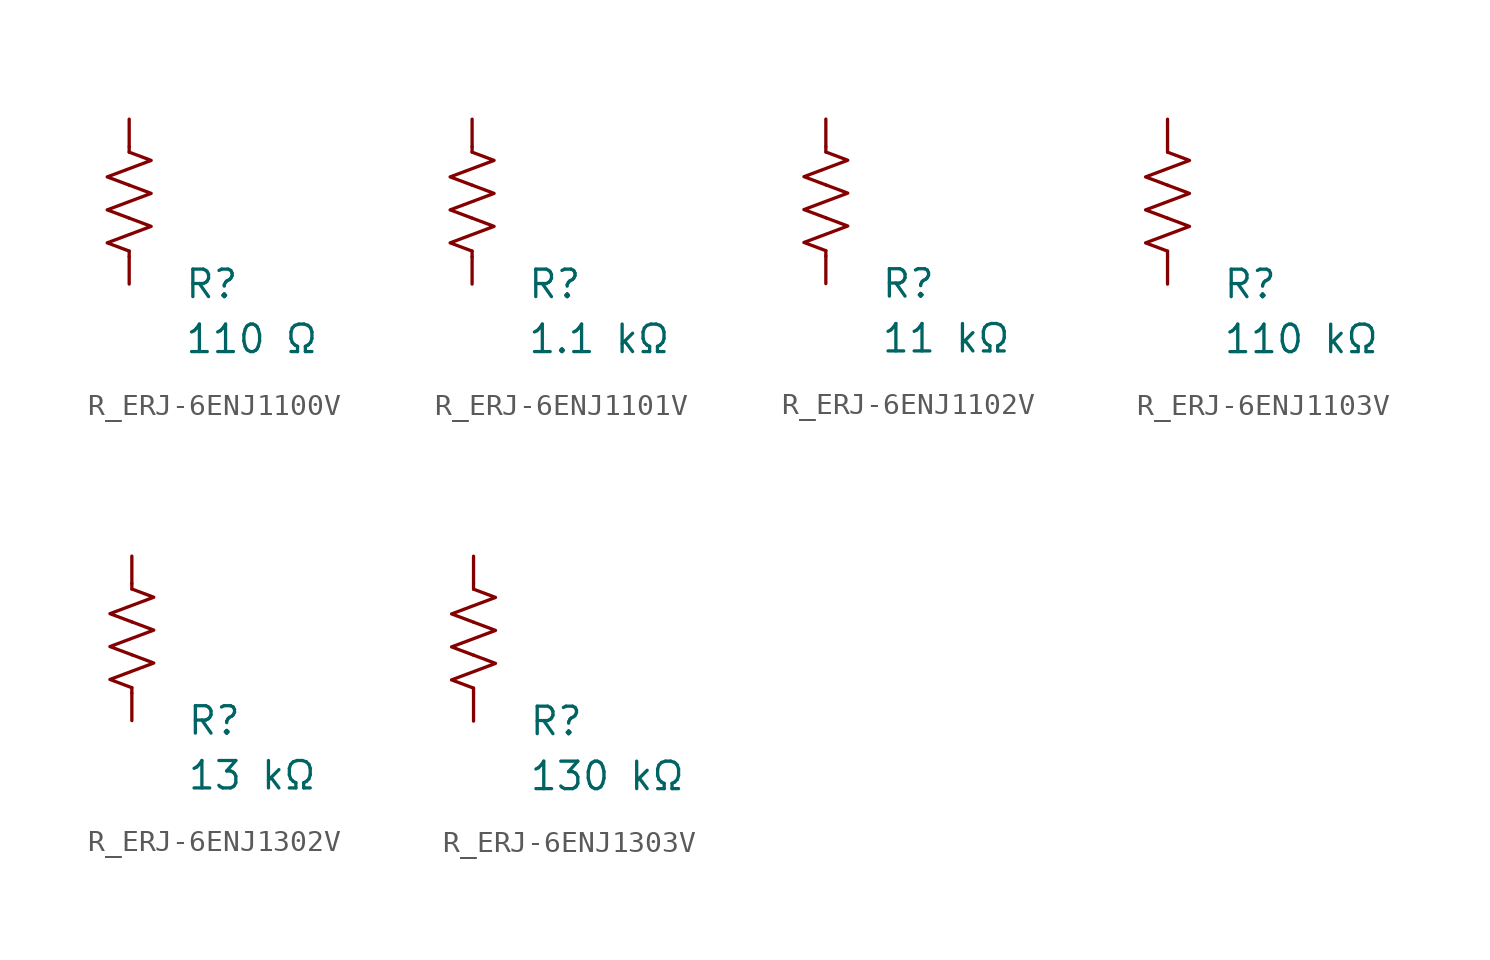
<source format=kicad_sym>
(kicad_symbol_lib
  (version 20231120)
  (generator "kicad_symbol_editor")
  (generator_version "8.0")
  (symbol "R_ERJ-6ENJ1100V"
    (pin_numbers hide)
    (pin_names
      (offset 0))
    (property "Reference" "R"
      (at 2.54 -3.81 0)
      (effects (font (size 1.27 1.27)) (justify left))
      (show_name no))
    (property "Value" "110 Ω"
      (at 2.54 -6.35 0)
      (effects (font (size 1.27 1.27)) (justify left))
      (show_name no))
    (symbol "R_ERJ-6ENJ1100V_0_1"
      (polyline (pts (xy 0 -2.286) (xy 0 -2.54)) (stroke (width 0) (type default)) (fill (type none)))
      (polyline (pts (xy 0 2.286) (xy 0 2.54)) (stroke (width 0) (type default)) (fill (type none)))
      (polyline (pts (xy 0 -0.762) (xy 1.016 -1.143) (xy 0 -1.524) (xy -1.016 -1.905) (xy 0 -2.286)) (stroke (width 0) (type default)) (fill (type none)))
      (polyline (pts (xy 0 0.762) (xy 1.016 0.381) (xy 0 0) (xy -1.016 -0.381) (xy 0 -0.762)) (stroke (width 0) (type default)) (fill (type none)))
      (polyline (pts (xy 0 2.286) (xy 1.016 1.905) (xy 0 1.524) (xy -1.016 1.143) (xy 0 0.762)) (stroke (width 0) (type default)) (fill (type none))))
    (symbol "R_ERJ-6ENJ1100V_1_1"
      (pin passive line (at 0 3.81 270) (length 1.27) (name "~" (effects (font (size 1.27 1.27)))) (number "1" (effects (font (size 1.27 1.27)))))
      (pin passive line (at 0 -3.81 90) (length 1.27) (name "~" (effects (font (size 1.27 1.27)))) (number "2" (effects (font (size 1.27 1.27)))))))
  (symbol "R_ERJ-6ENJ1101V"
    (pin_numbers hide)
    (pin_names
      (offset 0))
    (property "Reference" "R"
      (at 2.54 -3.81 0)
      (effects (font (size 1.27 1.27)) (justify left))
      (show_name no))
    (property "Value" "1.1 kΩ"
      (at 2.54 -6.35 0)
      (effects (font (size 1.27 1.27)) (justify left))
      (show_name no))
    (symbol "R_ERJ-6ENJ1101V_0_1"
      (polyline (pts (xy 0 -2.286) (xy 0 -2.54)) (stroke (width 0) (type default)) (fill (type none)))
      (polyline (pts (xy 0 2.286) (xy 0 2.54)) (stroke (width 0) (type default)) (fill (type none)))
      (polyline (pts (xy 0 -0.762) (xy 1.016 -1.143) (xy 0 -1.524) (xy -1.016 -1.905) (xy 0 -2.286)) (stroke (width 0) (type default)) (fill (type none)))
      (polyline (pts (xy 0 0.762) (xy 1.016 0.381) (xy 0 0) (xy -1.016 -0.381) (xy 0 -0.762)) (stroke (width 0) (type default)) (fill (type none)))
      (polyline (pts (xy 0 2.286) (xy 1.016 1.905) (xy 0 1.524) (xy -1.016 1.143) (xy 0 0.762)) (stroke (width 0) (type default)) (fill (type none))))
    (symbol "R_ERJ-6ENJ1101V_1_1"
      (pin passive line (at 0 3.81 270) (length 1.27) (name "~" (effects (font (size 1.27 1.27)))) (number "1" (effects (font (size 1.27 1.27)))))
      (pin passive line (at 0 -3.81 90) (length 1.27) (name "~" (effects (font (size 1.27 1.27)))) (number "2" (effects (font (size 1.27 1.27)))))))
  (symbol "R_ERJ-6ENJ1102V"
    (pin_numbers hide)
    (pin_names
      (offset 0))
    (property "Reference" "R"
      (at 2.54 -3.81 0)
      (effects (font (size 1.27 1.27)) (justify left))
      (show_name no))
    (property "Value" "11 kΩ"
      (at 2.54 -6.35 0)
      (effects (font (size 1.27 1.27)) (justify left))
      (show_name no))
    (symbol "R_ERJ-6ENJ1102V_0_1"
      (polyline (pts (xy 0 -2.286) (xy 0 -2.54)) (stroke (width 0) (type default)) (fill (type none)))
      (polyline (pts (xy 0 2.286) (xy 0 2.54)) (stroke (width 0) (type default)) (fill (type none)))
      (polyline (pts (xy 0 -0.762) (xy 1.016 -1.143) (xy 0 -1.524) (xy -1.016 -1.905) (xy 0 -2.286)) (stroke (width 0) (type default)) (fill (type none)))
      (polyline (pts (xy 0 0.762) (xy 1.016 0.381) (xy 0 0) (xy -1.016 -0.381) (xy 0 -0.762)) (stroke (width 0) (type default)) (fill (type none)))
      (polyline (pts (xy 0 2.286) (xy 1.016 1.905) (xy 0 1.524) (xy -1.016 1.143) (xy 0 0.762)) (stroke (width 0) (type default)) (fill (type none))))
    (symbol "R_ERJ-6ENJ1102V_1_1"
      (pin passive line (at 0 3.81 270) (length 1.27) (name "~" (effects (font (size 1.27 1.27)))) (number "1" (effects (font (size 1.27 1.27)))))
      (pin passive line (at 0 -3.81 90) (length 1.27) (name "~" (effects (font (size 1.27 1.27)))) (number "2" (effects (font (size 1.27 1.27)))))))
  (symbol "R_ERJ-6ENJ1103V"
    (pin_numbers hide)
    (pin_names
      (offset 0))
    (property "Reference" "R"
      (at 2.54 -3.81 0)
      (effects (font (size 1.27 1.27)) (justify left))
      (show_name no))
    (property "Value" "110 kΩ"
      (at 2.54 -6.35 0)
      (effects (font (size 1.27 1.27)) (justify left))
      (show_name no))
    (symbol "R_ERJ-6ENJ1103V_0_1"
      (polyline (pts (xy 0 -2.286) (xy 0 -2.54)) (stroke (width 0) (type default)) (fill (type none)))
      (polyline (pts (xy 0 2.286) (xy 0 2.54)) (stroke (width 0) (type default)) (fill (type none)))
      (polyline (pts (xy 0 -0.762) (xy 1.016 -1.143) (xy 0 -1.524) (xy -1.016 -1.905) (xy 0 -2.286)) (stroke (width 0) (type default)) (fill (type none)))
      (polyline (pts (xy 0 0.762) (xy 1.016 0.381) (xy 0 0) (xy -1.016 -0.381) (xy 0 -0.762)) (stroke (width 0) (type default)) (fill (type none)))
      (polyline (pts (xy 0 2.286) (xy 1.016 1.905) (xy 0 1.524) (xy -1.016 1.143) (xy 0 0.762)) (stroke (width 0) (type default)) (fill (type none))))
    (symbol "R_ERJ-6ENJ1103V_1_1"
      (pin passive line (at 0 3.81 270) (length 1.27) (name "~" (effects (font (size 1.27 1.27)))) (number "1" (effects (font (size 1.27 1.27)))))
      (pin passive line (at 0 -3.81 90) (length 1.27) (name "~" (effects (font (size 1.27 1.27)))) (number "2" (effects (font (size 1.27 1.27)))))))
  (symbol "R_ERJ-6ENJ1302V"
    (pin_numbers hide)
    (pin_names
      (offset 0))
    (property "Reference" "R"
      (at 2.54 -3.81 0)
      (effects (font (size 1.27 1.27)) (justify left))
      (show_name no))
    (property "Value" "13 kΩ"
      (at 2.54 -6.35 0)
      (effects (font (size 1.27 1.27)) (justify left))
      (show_name no))
    (symbol "R_ERJ-6ENJ1302V_0_1"
      (polyline (pts (xy 0 -2.286) (xy 0 -2.54)) (stroke (width 0) (type default)) (fill (type none)))
      (polyline (pts (xy 0 2.286) (xy 0 2.54)) (stroke (width 0) (type default)) (fill (type none)))
      (polyline (pts (xy 0 -0.762) (xy 1.016 -1.143) (xy 0 -1.524) (xy -1.016 -1.905) (xy 0 -2.286)) (stroke (width 0) (type default)) (fill (type none)))
      (polyline (pts (xy 0 0.762) (xy 1.016 0.381) (xy 0 0) (xy -1.016 -0.381) (xy 0 -0.762)) (stroke (width 0) (type default)) (fill (type none)))
      (polyline (pts (xy 0 2.286) (xy 1.016 1.905) (xy 0 1.524) (xy -1.016 1.143) (xy 0 0.762)) (stroke (width 0) (type default)) (fill (type none))))
    (symbol "R_ERJ-6ENJ1302V_1_1"
      (pin passive line (at 0 3.81 270) (length 1.27) (name "~" (effects (font (size 1.27 1.27)))) (number "1" (effects (font (size 1.27 1.27)))))
      (pin passive line (at 0 -3.81 90) (length 1.27) (name "~" (effects (font (size 1.27 1.27)))) (number "2" (effects (font (size 1.27 1.27)))))))
  (symbol "R_ERJ-6ENJ1303V"
    (pin_numbers hide)
    (pin_names
      (offset 0))
    (property "Reference" "R"
      (at 2.54 -3.81 0)
      (effects (font (size 1.27 1.27)) (justify left))
      (show_name no))
    (property "Value" "130 kΩ"
      (at 2.54 -6.35 0)
      (effects (font (size 1.27 1.27)) (justify left))
      (show_name no))
    (symbol "R_ERJ-6ENJ1303V_0_1"
      (polyline (pts (xy 0 -2.286) (xy 0 -2.54)) (stroke (width 0) (type default)) (fill (type none)))
      (polyline (pts (xy 0 2.286) (xy 0 2.54)) (stroke (width 0) (type default)) (fill (type none)))
      (polyline (pts (xy 0 -0.762) (xy 1.016 -1.143) (xy 0 -1.524) (xy -1.016 -1.905) (xy 0 -2.286)) (stroke (width 0) (type default)) (fill (type none)))
      (polyline (pts (xy 0 0.762) (xy 1.016 0.381) (xy 0 0) (xy -1.016 -0.381) (xy 0 -0.762)) (stroke (width 0) (type default)) (fill (type none)))
      (polyline (pts (xy 0 2.286) (xy 1.016 1.905) (xy 0 1.524) (xy -1.016 1.143) (xy 0 0.762)) (stroke (width 0) (type default)) (fill (type none))))
    (symbol "R_ERJ-6ENJ1303V_1_1"
      (pin passive line (at 0 3.81 270) (length 1.27) (name "~" (effects (font (size 1.27 1.27)))) (number "1" (effects (font (size 1.27 1.27)))))
      (pin passive line (at 0 -3.81 90) (length 1.27) (name "~" (effects (font (size 1.27 1.27)))) (number "2" (effects (font (size 1.27 1.27))))))))
</source>
